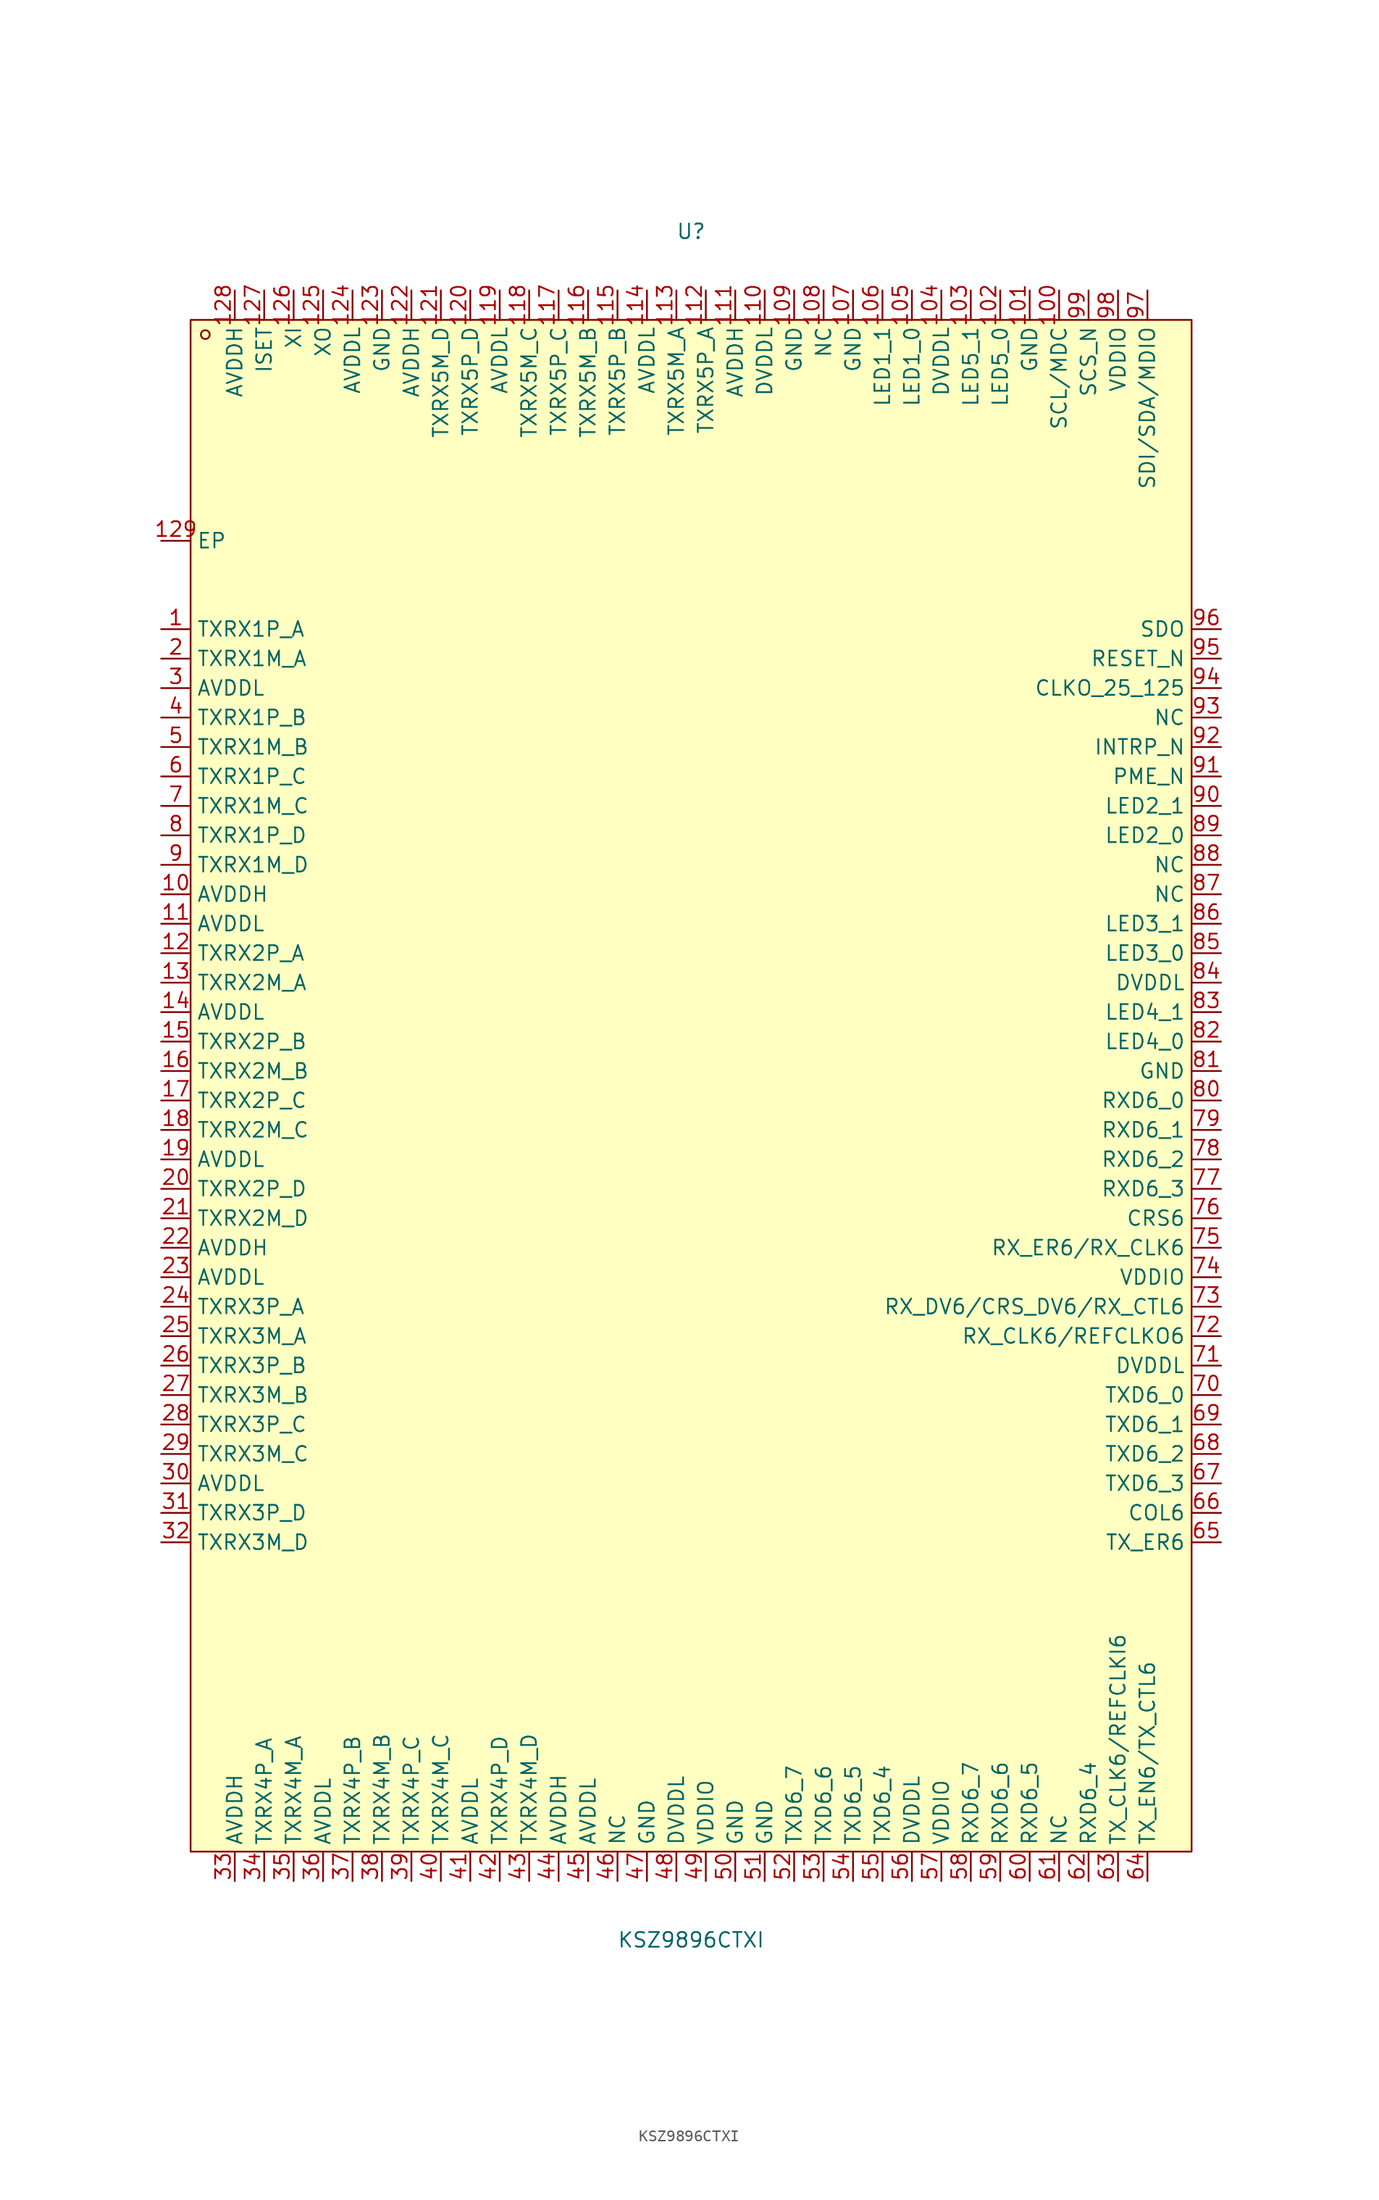
<source format=kicad_sym>
(kicad_symbol_lib
  (version 20241209)
  (generator "kicad_symbol_editor")
  (generator_version "9.0")
  (symbol "KSZ9896CTXI"
    (property "Reference" "U"
      (at 0 73.66 0)
      (effects (font (size 1.27 1.27))))
    (property "Value" "KSZ9896CTXI"
      (at 0 -73.66 0)
      (effects (font (size 1.27 1.27))))
    (symbol "KSZ9896CTXI_0_1"
      (rectangle (start -43.18 66.04) (end 43.18 -66.04) (stroke (width 0) (type default)) (fill (type background)))
      (circle (center -41.91 64.77) (radius 0.38) (stroke (width 0) (type default)) (fill (type none)))
      (pin unspecified line (at -45.72 46.99 0) (length 2.54) (name "EP" (effects (font (size 1.27 1.27)))) (number "129" (effects (font (size 1.27 1.27)))))
      (pin unspecified line (at -45.72 39.37 0) (length 2.54) (name "TXRX1P_A" (effects (font (size 1.27 1.27)))) (number "1" (effects (font (size 1.27 1.27)))))
      (pin unspecified line (at -45.72 36.83 0) (length 2.54) (name "TXRX1M_A" (effects (font (size 1.27 1.27)))) (number "2" (effects (font (size 1.27 1.27)))))
      (pin unspecified line (at -45.72 34.29 0) (length 2.54) (name "AVDDL" (effects (font (size 1.27 1.27)))) (number "3" (effects (font (size 1.27 1.27)))))
      (pin unspecified line (at -45.72 31.75 0) (length 2.54) (name "TXRX1P_B" (effects (font (size 1.27 1.27)))) (number "4" (effects (font (size 1.27 1.27)))))
      (pin unspecified line (at -45.72 29.21 0) (length 2.54) (name "TXRX1M_B" (effects (font (size 1.27 1.27)))) (number "5" (effects (font (size 1.27 1.27)))))
      (pin unspecified line (at -45.72 26.67 0) (length 2.54) (name "TXRX1P_C" (effects (font (size 1.27 1.27)))) (number "6" (effects (font (size 1.27 1.27)))))
      (pin unspecified line (at -45.72 24.13 0) (length 2.54) (name "TXRX1M_C" (effects (font (size 1.27 1.27)))) (number "7" (effects (font (size 1.27 1.27)))))
      (pin unspecified line (at -45.72 21.59 0) (length 2.54) (name "TXRX1P_D" (effects (font (size 1.27 1.27)))) (number "8" (effects (font (size 1.27 1.27)))))
      (pin unspecified line (at -45.72 19.05 0) (length 2.54) (name "TXRX1M_D" (effects (font (size 1.27 1.27)))) (number "9" (effects (font (size 1.27 1.27)))))
      (pin unspecified line (at -45.72 16.51 0) (length 2.54) (name "AVDDH" (effects (font (size 1.27 1.27)))) (number "10" (effects (font (size 1.27 1.27)))))
      (pin unspecified line (at -45.72 13.97 0) (length 2.54) (name "AVDDL" (effects (font (size 1.27 1.27)))) (number "11" (effects (font (size 1.27 1.27)))))
      (pin unspecified line (at -45.72 11.43 0) (length 2.54) (name "TXRX2P_A" (effects (font (size 1.27 1.27)))) (number "12" (effects (font (size 1.27 1.27)))))
      (pin unspecified line (at -45.72 8.89 0) (length 2.54) (name "TXRX2M_A" (effects (font (size 1.27 1.27)))) (number "13" (effects (font (size 1.27 1.27)))))
      (pin unspecified line (at -45.72 6.35 0) (length 2.54) (name "AVDDL" (effects (font (size 1.27 1.27)))) (number "14" (effects (font (size 1.27 1.27)))))
      (pin unspecified line (at -45.72 3.81 0) (length 2.54) (name "TXRX2P_B" (effects (font (size 1.27 1.27)))) (number "15" (effects (font (size 1.27 1.27)))))
      (pin unspecified line (at -45.72 1.27 0) (length 2.54) (name "TXRX2M_B" (effects (font (size 1.27 1.27)))) (number "16" (effects (font (size 1.27 1.27)))))
      (pin unspecified line (at -45.72 -1.27 0) (length 2.54) (name "TXRX2P_C" (effects (font (size 1.27 1.27)))) (number "17" (effects (font (size 1.27 1.27)))))
      (pin unspecified line (at -45.72 -3.81 0) (length 2.54) (name "TXRX2M_C" (effects (font (size 1.27 1.27)))) (number "18" (effects (font (size 1.27 1.27)))))
      (pin unspecified line (at -45.72 -6.35 0) (length 2.54) (name "AVDDL" (effects (font (size 1.27 1.27)))) (number "19" (effects (font (size 1.27 1.27)))))
      (pin unspecified line (at -45.72 -8.89 0) (length 2.54) (name "TXRX2P_D" (effects (font (size 1.27 1.27)))) (number "20" (effects (font (size 1.27 1.27)))))
      (pin unspecified line (at -45.72 -11.43 0) (length 2.54) (name "TXRX2M_D" (effects (font (size 1.27 1.27)))) (number "21" (effects (font (size 1.27 1.27)))))
      (pin unspecified line (at -45.72 -13.97 0) (length 2.54) (name "AVDDH" (effects (font (size 1.27 1.27)))) (number "22" (effects (font (size 1.27 1.27)))))
      (pin unspecified line (at -45.72 -16.51 0) (length 2.54) (name "AVDDL" (effects (font (size 1.27 1.27)))) (number "23" (effects (font (size 1.27 1.27)))))
      (pin unspecified line (at -45.72 -19.05 0) (length 2.54) (name "TXRX3P_A" (effects (font (size 1.27 1.27)))) (number "24" (effects (font (size 1.27 1.27)))))
      (pin unspecified line (at -45.72 -21.59 0) (length 2.54) (name "TXRX3M_A" (effects (font (size 1.27 1.27)))) (number "25" (effects (font (size 1.27 1.27)))))
      (pin unspecified line (at -45.72 -24.13 0) (length 2.54) (name "TXRX3P_B" (effects (font (size 1.27 1.27)))) (number "26" (effects (font (size 1.27 1.27)))))
      (pin unspecified line (at -45.72 -26.67 0) (length 2.54) (name "TXRX3M_B" (effects (font (size 1.27 1.27)))) (number "27" (effects (font (size 1.27 1.27)))))
      (pin unspecified line (at -45.72 -29.21 0) (length 2.54) (name "TXRX3P_C" (effects (font (size 1.27 1.27)))) (number "28" (effects (font (size 1.27 1.27)))))
      (pin unspecified line (at -45.72 -31.75 0) (length 2.54) (name "TXRX3M_C" (effects (font (size 1.27 1.27)))) (number "29" (effects (font (size 1.27 1.27)))))
      (pin unspecified line (at -45.72 -34.29 0) (length 2.54) (name "AVDDL" (effects (font (size 1.27 1.27)))) (number "30" (effects (font (size 1.27 1.27)))))
      (pin unspecified line (at -45.72 -36.83 0) (length 2.54) (name "TXRX3P_D" (effects (font (size 1.27 1.27)))) (number "31" (effects (font (size 1.27 1.27)))))
      (pin unspecified line (at -45.72 -39.37 0) (length 2.54) (name "TXRX3M_D" (effects (font (size 1.27 1.27)))) (number "32" (effects (font (size 1.27 1.27)))))
      (pin unspecified line (at -39.37 68.58 270) (length 2.54) (name "AVDDH" (effects (font (size 1.27 1.27)))) (number "128" (effects (font (size 1.27 1.27)))))
      (pin unspecified line (at -39.37 -68.58 90) (length 2.54) (name "AVDDH" (effects (font (size 1.27 1.27)))) (number "33" (effects (font (size 1.27 1.27)))))
      (pin unspecified line (at -36.83 68.58 270) (length 2.54) (name "ISET" (effects (font (size 1.27 1.27)))) (number "127" (effects (font (size 1.27 1.27)))))
      (pin unspecified line (at -36.83 -68.58 90) (length 2.54) (name "TXRX4P_A" (effects (font (size 1.27 1.27)))) (number "34" (effects (font (size 1.27 1.27)))))
      (pin unspecified line (at -34.29 68.58 270) (length 2.54) (name "XI" (effects (font (size 1.27 1.27)))) (number "126" (effects (font (size 1.27 1.27)))))
      (pin unspecified line (at -34.29 -68.58 90) (length 2.54) (name "TXRX4M_A" (effects (font (size 1.27 1.27)))) (number "35" (effects (font (size 1.27 1.27)))))
      (pin unspecified line (at -31.75 68.58 270) (length 2.54) (name "XO" (effects (font (size 1.27 1.27)))) (number "125" (effects (font (size 1.27 1.27)))))
      (pin unspecified line (at -31.75 -68.58 90) (length 2.54) (name "AVDDL" (effects (font (size 1.27 1.27)))) (number "36" (effects (font (size 1.27 1.27)))))
      (pin unspecified line (at -29.21 68.58 270) (length 2.54) (name "AVDDL" (effects (font (size 1.27 1.27)))) (number "124" (effects (font (size 1.27 1.27)))))
      (pin unspecified line (at -29.21 -68.58 90) (length 2.54) (name "TXRX4P_B" (effects (font (size 1.27 1.27)))) (number "37" (effects (font (size 1.27 1.27)))))
      (pin unspecified line (at -26.67 68.58 270) (length 2.54) (name "GND" (effects (font (size 1.27 1.27)))) (number "123" (effects (font (size 1.27 1.27)))))
      (pin unspecified line (at -26.67 -68.58 90) (length 2.54) (name "TXRX4M_B" (effects (font (size 1.27 1.27)))) (number "38" (effects (font (size 1.27 1.27)))))
      (pin unspecified line (at -24.13 68.58 270) (length 2.54) (name "AVDDH" (effects (font (size 1.27 1.27)))) (number "122" (effects (font (size 1.27 1.27)))))
      (pin unspecified line (at -24.13 -68.58 90) (length 2.54) (name "TXRX4P_C" (effects (font (size 1.27 1.27)))) (number "39" (effects (font (size 1.27 1.27)))))
      (pin unspecified line (at -21.59 68.58 270) (length 2.54) (name "TXRX5M_D" (effects (font (size 1.27 1.27)))) (number "121" (effects (font (size 1.27 1.27)))))
      (pin unspecified line (at -21.59 -68.58 90) (length 2.54) (name "TXRX4M_C" (effects (font (size 1.27 1.27)))) (number "40" (effects (font (size 1.27 1.27)))))
      (pin unspecified line (at -19.05 68.58 270) (length 2.54) (name "TXRX5P_D" (effects (font (size 1.27 1.27)))) (number "120" (effects (font (size 1.27 1.27)))))
      (pin unspecified line (at -19.05 -68.58 90) (length 2.54) (name "AVDDL" (effects (font (size 1.27 1.27)))) (number "41" (effects (font (size 1.27 1.27)))))
      (pin unspecified line (at -16.51 68.58 270) (length 2.54) (name "AVDDL" (effects (font (size 1.27 1.27)))) (number "119" (effects (font (size 1.27 1.27)))))
      (pin unspecified line (at -16.51 -68.58 90) (length 2.54) (name "TXRX4P_D" (effects (font (size 1.27 1.27)))) (number "42" (effects (font (size 1.27 1.27)))))
      (pin unspecified line (at -13.97 68.58 270) (length 2.54) (name "TXRX5M_C" (effects (font (size 1.27 1.27)))) (number "118" (effects (font (size 1.27 1.27)))))
      (pin unspecified line (at -13.97 -68.58 90) (length 2.54) (name "TXRX4M_D" (effects (font (size 1.27 1.27)))) (number "43" (effects (font (size 1.27 1.27)))))
      (pin unspecified line (at -11.43 68.58 270) (length 2.54) (name "TXRX5P_C" (effects (font (size 1.27 1.27)))) (number "117" (effects (font (size 1.27 1.27)))))
      (pin unspecified line (at -11.43 -68.58 90) (length 2.54) (name "AVDDH" (effects (font (size 1.27 1.27)))) (number "44" (effects (font (size 1.27 1.27)))))
      (pin unspecified line (at -8.89 68.58 270) (length 2.54) (name "TXRX5M_B" (effects (font (size 1.27 1.27)))) (number "116" (effects (font (size 1.27 1.27)))))
      (pin unspecified line (at -8.89 -68.58 90) (length 2.54) (name "AVDDL" (effects (font (size 1.27 1.27)))) (number "45" (effects (font (size 1.27 1.27)))))
      (pin unspecified line (at -6.35 68.58 270) (length 2.54) (name "TXRX5P_B" (effects (font (size 1.27 1.27)))) (number "115" (effects (font (size 1.27 1.27)))))
      (pin unspecified line (at -6.35 -68.58 90) (length 2.54) (name "NC" (effects (font (size 1.27 1.27)))) (number "46" (effects (font (size 1.27 1.27)))))
      (pin unspecified line (at -3.81 68.58 270) (length 2.54) (name "AVDDL" (effects (font (size 1.27 1.27)))) (number "114" (effects (font (size 1.27 1.27)))))
      (pin unspecified line (at -3.81 -68.58 90) (length 2.54) (name "GND" (effects (font (size 1.27 1.27)))) (number "47" (effects (font (size 1.27 1.27)))))
      (pin unspecified line (at -1.27 68.58 270) (length 2.54) (name "TXRX5M_A" (effects (font (size 1.27 1.27)))) (number "113" (effects (font (size 1.27 1.27)))))
      (pin unspecified line (at -1.27 -68.58 90) (length 2.54) (name "DVDDL" (effects (font (size 1.27 1.27)))) (number "48" (effects (font (size 1.27 1.27)))))
      (pin unspecified line (at 1.27 68.58 270) (length 2.54) (name "TXRX5P_A" (effects (font (size 1.27 1.27)))) (number "112" (effects (font (size 1.27 1.27)))))
      (pin unspecified line (at 1.27 -68.58 90) (length 2.54) (name "VDDIO" (effects (font (size 1.27 1.27)))) (number "49" (effects (font (size 1.27 1.27)))))
      (pin unspecified line (at 3.81 68.58 270) (length 2.54) (name "AVDDH" (effects (font (size 1.27 1.27)))) (number "111" (effects (font (size 1.27 1.27)))))
      (pin unspecified line (at 3.81 -68.58 90) (length 2.54) (name "GND" (effects (font (size 1.27 1.27)))) (number "50" (effects (font (size 1.27 1.27)))))
      (pin unspecified line (at 6.35 68.58 270) (length 2.54) (name "DVDDL" (effects (font (size 1.27 1.27)))) (number "110" (effects (font (size 1.27 1.27)))))
      (pin unspecified line (at 6.35 -68.58 90) (length 2.54) (name "GND" (effects (font (size 1.27 1.27)))) (number "51" (effects (font (size 1.27 1.27)))))
      (pin unspecified line (at 8.89 68.58 270) (length 2.54) (name "GND" (effects (font (size 1.27 1.27)))) (number "109" (effects (font (size 1.27 1.27)))))
      (pin unspecified line (at 8.89 -68.58 90) (length 2.54) (name "TXD6_7" (effects (font (size 1.27 1.27)))) (number "52" (effects (font (size 1.27 1.27)))))
      (pin unspecified line (at 11.43 68.58 270) (length 2.54) (name "NC" (effects (font (size 1.27 1.27)))) (number "108" (effects (font (size 1.27 1.27)))))
      (pin unspecified line (at 11.43 -68.58 90) (length 2.54) (name "TXD6_6" (effects (font (size 1.27 1.27)))) (number "53" (effects (font (size 1.27 1.27)))))
      (pin unspecified line (at 13.97 68.58 270) (length 2.54) (name "GND" (effects (font (size 1.27 1.27)))) (number "107" (effects (font (size 1.27 1.27)))))
      (pin unspecified line (at 13.97 -68.58 90) (length 2.54) (name "TXD6_5" (effects (font (size 1.27 1.27)))) (number "54" (effects (font (size 1.27 1.27)))))
      (pin unspecified line (at 16.51 68.58 270) (length 2.54) (name "LED1_1" (effects (font (size 1.27 1.27)))) (number "106" (effects (font (size 1.27 1.27)))))
      (pin unspecified line (at 16.51 -68.58 90) (length 2.54) (name "TXD6_4" (effects (font (size 1.27 1.27)))) (number "55" (effects (font (size 1.27 1.27)))))
      (pin unspecified line (at 19.05 68.58 270) (length 2.54) (name "LED1_0" (effects (font (size 1.27 1.27)))) (number "105" (effects (font (size 1.27 1.27)))))
      (pin unspecified line (at 19.05 -68.58 90) (length 2.54) (name "DVDDL" (effects (font (size 1.27 1.27)))) (number "56" (effects (font (size 1.27 1.27)))))
      (pin unspecified line (at 21.59 68.58 270) (length 2.54) (name "DVDDL" (effects (font (size 1.27 1.27)))) (number "104" (effects (font (size 1.27 1.27)))))
      (pin unspecified line (at 21.59 -68.58 90) (length 2.54) (name "VDDIO" (effects (font (size 1.27 1.27)))) (number "57" (effects (font (size 1.27 1.27)))))
      (pin unspecified line (at 24.13 68.58 270) (length 2.54) (name "LED5_1" (effects (font (size 1.27 1.27)))) (number "103" (effects (font (size 1.27 1.27)))))
      (pin unspecified line (at 24.13 -68.58 90) (length 2.54) (name "RXD6_7" (effects (font (size 1.27 1.27)))) (number "58" (effects (font (size 1.27 1.27)))))
      (pin unspecified line (at 26.67 68.58 270) (length 2.54) (name "LED5_0" (effects (font (size 1.27 1.27)))) (number "102" (effects (font (size 1.27 1.27)))))
      (pin unspecified line (at 26.67 -68.58 90) (length 2.54) (name "RXD6_6" (effects (font (size 1.27 1.27)))) (number "59" (effects (font (size 1.27 1.27)))))
      (pin unspecified line (at 29.21 68.58 270) (length 2.54) (name "GND" (effects (font (size 1.27 1.27)))) (number "101" (effects (font (size 1.27 1.27)))))
      (pin unspecified line (at 29.21 -68.58 90) (length 2.54) (name "RXD6_5" (effects (font (size 1.27 1.27)))) (number "60" (effects (font (size 1.27 1.27)))))
      (pin unspecified line (at 31.75 68.58 270) (length 2.54) (name "SCL/MDC" (effects (font (size 1.27 1.27)))) (number "100" (effects (font (size 1.27 1.27)))))
      (pin unspecified line (at 31.75 -68.58 90) (length 2.54) (name "NC" (effects (font (size 1.27 1.27)))) (number "61" (effects (font (size 1.27 1.27)))))
      (pin unspecified line (at 34.29 68.58 270) (length 2.54) (name "SCS_N" (effects (font (size 1.27 1.27)))) (number "99" (effects (font (size 1.27 1.27)))))
      (pin unspecified line (at 34.29 -68.58 90) (length 2.54) (name "RXD6_4" (effects (font (size 1.27 1.27)))) (number "62" (effects (font (size 1.27 1.27)))))
      (pin unspecified line (at 36.83 68.58 270) (length 2.54) (name "VDDIO" (effects (font (size 1.27 1.27)))) (number "98" (effects (font (size 1.27 1.27)))))
      (pin unspecified line (at 36.83 -68.58 90) (length 2.54) (name "TX_CLK6/REFCLKI6" (effects (font (size 1.27 1.27)))) (number "63" (effects (font (size 1.27 1.27)))))
      (pin unspecified line (at 39.37 68.58 270) (length 2.54) (name "SDI/SDA/MDIO" (effects (font (size 1.27 1.27)))) (number "97" (effects (font (size 1.27 1.27)))))
      (pin unspecified line (at 39.37 -68.58 90) (length 2.54) (name "TX_EN6/TX_CTL6" (effects (font (size 1.27 1.27)))) (number "64" (effects (font (size 1.27 1.27)))))
      (pin unspecified line (at 45.72 39.37 180) (length 2.54) (name "SDO" (effects (font (size 1.27 1.27)))) (number "96" (effects (font (size 1.27 1.27)))))
      (pin unspecified line (at 45.72 36.83 180) (length 2.54) (name "RESET_N" (effects (font (size 1.27 1.27)))) (number "95" (effects (font (size 1.27 1.27)))))
      (pin unspecified line (at 45.72 34.29 180) (length 2.54) (name "CLKO_25_125" (effects (font (size 1.27 1.27)))) (number "94" (effects (font (size 1.27 1.27)))))
      (pin unspecified line (at 45.72 31.75 180) (length 2.54) (name "NC" (effects (font (size 1.27 1.27)))) (number "93" (effects (font (size 1.27 1.27)))))
      (pin unspecified line (at 45.72 29.21 180) (length 2.54) (name "INTRP_N" (effects (font (size 1.27 1.27)))) (number "92" (effects (font (size 1.27 1.27)))))
      (pin unspecified line (at 45.72 26.67 180) (length 2.54) (name "PME_N" (effects (font (size 1.27 1.27)))) (number "91" (effects (font (size 1.27 1.27)))))
      (pin unspecified line (at 45.72 24.13 180) (length 2.54) (name "LED2_1" (effects (font (size 1.27 1.27)))) (number "90" (effects (font (size 1.27 1.27)))))
      (pin unspecified line (at 45.72 21.59 180) (length 2.54) (name "LED2_0" (effects (font (size 1.27 1.27)))) (number "89" (effects (font (size 1.27 1.27)))))
      (pin unspecified line (at 45.72 19.05 180) (length 2.54) (name "NC" (effects (font (size 1.27 1.27)))) (number "88" (effects (font (size 1.27 1.27)))))
      (pin unspecified line (at 45.72 16.51 180) (length 2.54) (name "NC" (effects (font (size 1.27 1.27)))) (number "87" (effects (font (size 1.27 1.27)))))
      (pin unspecified line (at 45.72 13.97 180) (length 2.54) (name "LED3_1" (effects (font (size 1.27 1.27)))) (number "86" (effects (font (size 1.27 1.27)))))
      (pin unspecified line (at 45.72 11.43 180) (length 2.54) (name "LED3_0" (effects (font (size 1.27 1.27)))) (number "85" (effects (font (size 1.27 1.27)))))
      (pin unspecified line (at 45.72 8.89 180) (length 2.54) (name "DVDDL" (effects (font (size 1.27 1.27)))) (number "84" (effects (font (size 1.27 1.27)))))
      (pin unspecified line (at 45.72 6.35 180) (length 2.54) (name "LED4_1" (effects (font (size 1.27 1.27)))) (number "83" (effects (font (size 1.27 1.27)))))
      (pin unspecified line (at 45.72 3.81 180) (length 2.54) (name "LED4_0" (effects (font (size 1.27 1.27)))) (number "82" (effects (font (size 1.27 1.27)))))
      (pin unspecified line (at 45.72 1.27 180) (length 2.54) (name "GND" (effects (font (size 1.27 1.27)))) (number "81" (effects (font (size 1.27 1.27)))))
      (pin unspecified line (at 45.72 -1.27 180) (length 2.54) (name "RXD6_0" (effects (font (size 1.27 1.27)))) (number "80" (effects (font (size 1.27 1.27)))))
      (pin unspecified line (at 45.72 -3.81 180) (length 2.54) (name "RXD6_1" (effects (font (size 1.27 1.27)))) (number "79" (effects (font (size 1.27 1.27)))))
      (pin unspecified line (at 45.72 -6.35 180) (length 2.54) (name "RXD6_2" (effects (font (size 1.27 1.27)))) (number "78" (effects (font (size 1.27 1.27)))))
      (pin unspecified line (at 45.72 -8.89 180) (length 2.54) (name "RXD6_3" (effects (font (size 1.27 1.27)))) (number "77" (effects (font (size 1.27 1.27)))))
      (pin unspecified line (at 45.72 -11.43 180) (length 2.54) (name "CRS6" (effects (font (size 1.27 1.27)))) (number "76" (effects (font (size 1.27 1.27)))))
      (pin unspecified line (at 45.72 -13.97 180) (length 2.54) (name "RX_ER6/RX_CLK6" (effects (font (size 1.27 1.27)))) (number "75" (effects (font (size 1.27 1.27)))))
      (pin unspecified line (at 45.72 -16.51 180) (length 2.54) (name "VDDIO" (effects (font (size 1.27 1.27)))) (number "74" (effects (font (size 1.27 1.27)))))
      (pin unspecified line (at 45.72 -19.05 180) (length 2.54) (name "RX_DV6/CRS_DV6/RX_CTL6" (effects (font (size 1.27 1.27)))) (number "73" (effects (font (size 1.27 1.27)))))
      (pin unspecified line (at 45.72 -21.59 180) (length 2.54) (name "RX_CLK6/REFCLKO6" (effects (font (size 1.27 1.27)))) (number "72" (effects (font (size 1.27 1.27)))))
      (pin unspecified line (at 45.72 -24.13 180) (length 2.54) (name "DVDDL" (effects (font (size 1.27 1.27)))) (number "71" (effects (font (size 1.27 1.27)))))
      (pin unspecified line (at 45.72 -26.67 180) (length 2.54) (name "TXD6_0" (effects (font (size 1.27 1.27)))) (number "70" (effects (font (size 1.27 1.27)))))
      (pin unspecified line (at 45.72 -29.21 180) (length 2.54) (name "TXD6_1" (effects (font (size 1.27 1.27)))) (number "69" (effects (font (size 1.27 1.27)))))
      (pin unspecified line (at 45.72 -31.75 180) (length 2.54) (name "TXD6_2" (effects (font (size 1.27 1.27)))) (number "68" (effects (font (size 1.27 1.27)))))
      (pin unspecified line (at 45.72 -34.29 180) (length 2.54) (name "TXD6_3" (effects (font (size 1.27 1.27)))) (number "67" (effects (font (size 1.27 1.27)))))
      (pin unspecified line (at 45.72 -36.83 180) (length 2.54) (name "COL6" (effects (font (size 1.27 1.27)))) (number "66" (effects (font (size 1.27 1.27)))))
      (pin unspecified line (at 45.72 -39.37 180) (length 2.54) (name "TX_ER6" (effects (font (size 1.27 1.27)))) (number "65" (effects (font (size 1.27 1.27))))))))
</source>
